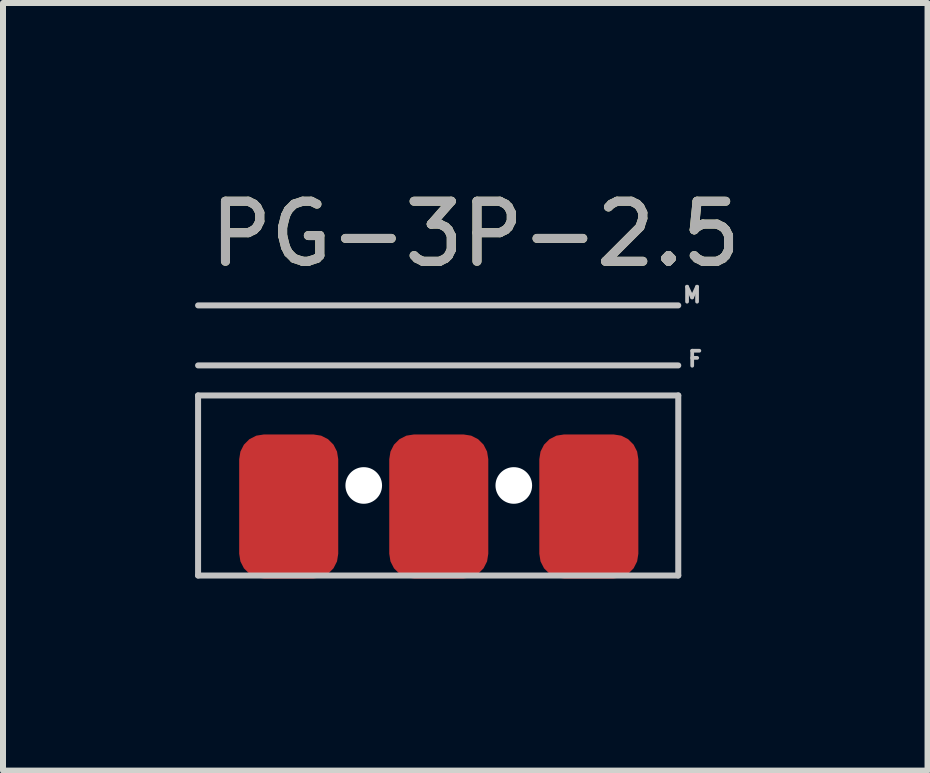
<source format=kicad_pcb>
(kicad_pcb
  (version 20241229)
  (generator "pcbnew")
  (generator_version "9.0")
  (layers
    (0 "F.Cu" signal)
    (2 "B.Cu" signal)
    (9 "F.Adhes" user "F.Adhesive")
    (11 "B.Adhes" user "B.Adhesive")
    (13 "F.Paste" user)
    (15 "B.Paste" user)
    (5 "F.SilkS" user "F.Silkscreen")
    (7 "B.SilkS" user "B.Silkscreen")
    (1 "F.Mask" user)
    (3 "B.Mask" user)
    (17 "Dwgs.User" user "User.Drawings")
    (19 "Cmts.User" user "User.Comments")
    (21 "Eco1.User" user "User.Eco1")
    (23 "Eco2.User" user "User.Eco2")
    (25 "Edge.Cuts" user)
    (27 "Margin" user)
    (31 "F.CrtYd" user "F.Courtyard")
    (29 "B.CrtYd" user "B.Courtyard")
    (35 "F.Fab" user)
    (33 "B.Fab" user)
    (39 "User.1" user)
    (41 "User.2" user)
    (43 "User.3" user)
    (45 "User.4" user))
  (footprint "PG-3P-2.5"
    (layer "F.Cu")
    (at 0.25 6.538)
    (property "Reference" "PG-3P-2.5" (at 4.623 -5.69 0) (unlocked yes) (layer "F.SilkS") (effects (font (size 1 1) (thickness 0.15))))
    (attr smd)
    (fp_line (start 0 -4.5) (end 8 -4.5) (stroke (width 0.1) (type solid)) (layer "Dwgs.User"))
    (fp_line (start 0 -3.5) (end 8 -3.5) (stroke (width 0.1) (type solid)) (layer "Dwgs.User"))
    (fp_line (start 0 -3) (end 8 -3) (stroke (width 0.1) (type solid)) (layer "Dwgs.User"))
    (fp_line (start 0 0) (end 0 -3) (stroke (width 0.1) (type solid)) (layer "Dwgs.User"))
    (fp_line (start 0 0) (end 8 0) (stroke (width 0.1) (type solid)) (layer "Dwgs.User"))
    (fp_line (start 8 0) (end 8 -3) (stroke (width 0.1) (type solid)) (layer "Dwgs.User"))
    (fp_text user "M" (at 8.23 -4.674 0) (unlocked yes) (layer "Dwgs.User") (effects (font (size 0.25 0.25) (thickness 0.062))))
    (fp_text user "F" (at 8.28 -3.607 0) (unlocked yes) (layer "Dwgs.User") (effects (font (size 0.25 0.25) (thickness 0.062))))
    (fp_text user "${REFERENCE}" (at 4.623 -5.69 0) (unlocked yes) (layer "F.Fab") (effects (font (size 1 1) (thickness 0.15))))
    (pad "" np_thru_hole circle (at 2.76 -1.5) (size 0.61 0.61) (drill 0.61) (layers "*.Cu" "*.Mask"))
    (pad "" np_thru_hole circle (at 5.26 -1.5) (size 0.61 0.61) (drill 0.61) (layers "*.Cu" "*.Mask"))
    (pad "1" smd roundrect (at 1.51 -1.15) (size 1.65 2.4) (layers "F.Cu" "F.Mask" "F.Paste") (roundrect_rratio 0.25))
    (pad "2" smd roundrect (at 4.01 -1.15) (size 1.65 2.4) (layers "F.Cu" "F.Mask" "F.Paste") (roundrect_rratio 0.25))
    (pad "3" smd roundrect (at 6.51 -1.15) (size 1.65 2.4) (layers "F.Cu" "F.Mask" "F.Paste") (roundrect_rratio 0.25)))
  (gr_rect
    (start -3 -3)
    (end 12.403 9.788)
    (stroke (width 0.1) (type default))
    (fill no)
    (layer "Edge.Cuts")))
</source>
